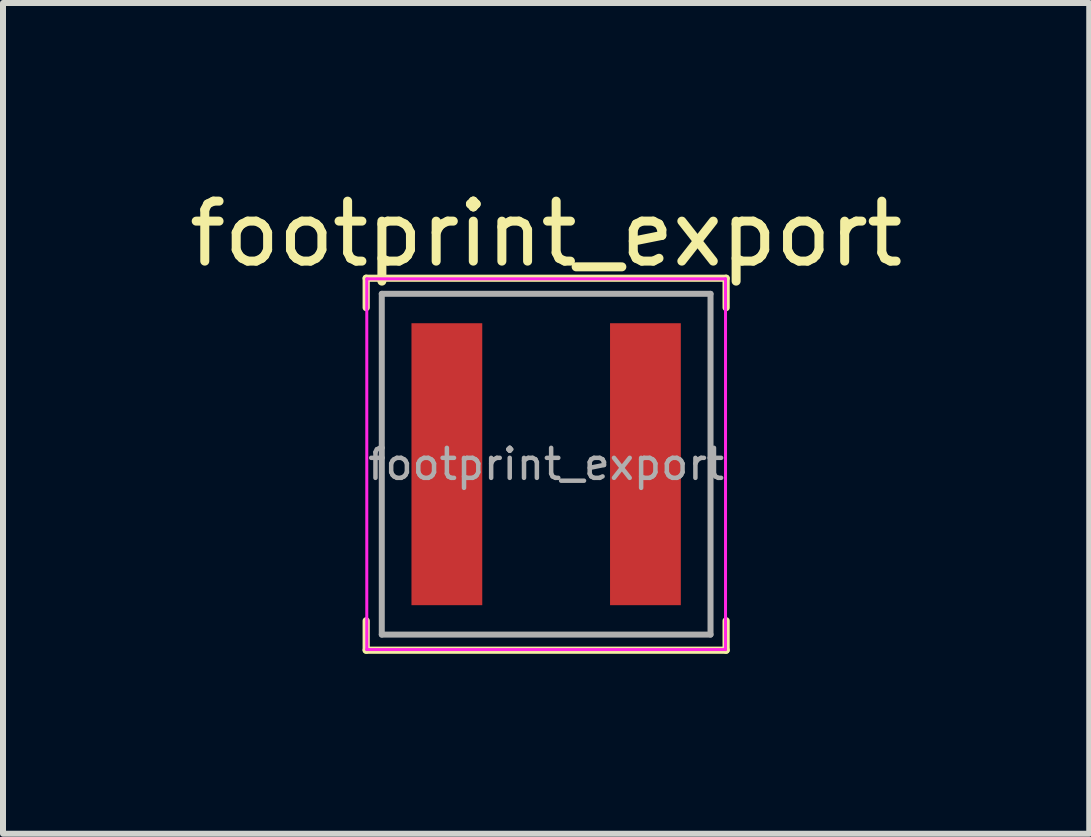
<source format=kicad_pcb>
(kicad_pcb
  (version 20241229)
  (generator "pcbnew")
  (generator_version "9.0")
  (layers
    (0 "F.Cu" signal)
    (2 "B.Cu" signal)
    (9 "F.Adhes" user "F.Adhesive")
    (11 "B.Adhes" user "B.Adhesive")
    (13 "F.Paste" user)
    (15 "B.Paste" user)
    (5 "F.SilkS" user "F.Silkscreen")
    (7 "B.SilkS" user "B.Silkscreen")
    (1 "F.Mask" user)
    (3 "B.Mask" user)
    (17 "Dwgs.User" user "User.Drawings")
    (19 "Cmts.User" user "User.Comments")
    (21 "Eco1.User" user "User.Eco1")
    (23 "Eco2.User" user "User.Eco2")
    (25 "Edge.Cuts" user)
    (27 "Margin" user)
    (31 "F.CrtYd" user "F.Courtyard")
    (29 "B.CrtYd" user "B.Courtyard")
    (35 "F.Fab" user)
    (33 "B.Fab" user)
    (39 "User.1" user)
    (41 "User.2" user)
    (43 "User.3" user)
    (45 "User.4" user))
  (footprint "footprint_export"
    (layer "F.Cu")
    (at 6.054 4.688)
    (property "Reference" "footprint_export" (at 0 -3.84 0) (layer "F.SilkS") (effects (font (size 1 1) (thickness 0.15))))
    (attr smd)
    (fp_line (start -3 -3.1) (end -3 -2.61) (stroke (width 0.12) (type solid)) (layer "F.SilkS"))
    (fp_line (start -3 -3.1) (end 3 -3.1) (stroke (width 0.12) (type solid)) (layer "F.SilkS"))
    (fp_line (start -3 3.1) (end -3 2.61) (stroke (width 0.12) (type solid)) (layer "F.SilkS"))
    (fp_line (start -3 3.1) (end 3 3.1) (stroke (width 0.12) (type solid)) (layer "F.SilkS"))
    (fp_line (start 3 -3.1) (end 3 -2.61) (stroke (width 0.12) (type solid)) (layer "F.SilkS"))
    (fp_line (start 3 3.1) (end 3 2.61) (stroke (width 0.12) (type solid)) (layer "F.SilkS"))
    (fp_line (start -2.99 -3.09) (end -2.99 3.09) (stroke (width 0.05) (type solid)) (layer "F.CrtYd"))
    (fp_line (start -2.99 3.09) (end 2.99 3.09) (stroke (width 0.05) (type solid)) (layer "F.CrtYd"))
    (fp_line (start 2.99 -3.09) (end -2.99 -3.09) (stroke (width 0.05) (type solid)) (layer "F.CrtYd"))
    (fp_line (start 2.99 3.09) (end 2.99 -3.09) (stroke (width 0.05) (type solid)) (layer "F.CrtYd"))
    (fp_line (start -2.74 -2.84) (end -2.74 2.84) (stroke (width 0.1) (type solid)) (layer "F.Fab"))
    (fp_line (start -2.74 2.84) (end 2.74 2.84) (stroke (width 0.1) (type solid)) (layer "F.Fab"))
    (fp_line (start 2.74 -2.84) (end -2.74 -2.84) (stroke (width 0.1) (type solid)) (layer "F.Fab"))
    (fp_line (start 2.74 2.84) (end 2.74 -2.84) (stroke (width 0.1) (type solid)) (layer "F.Fab"))
    (fp_text user "${REFERENCE}" (at 0 0 0) (layer "F.Fab") (effects (font (size 0.5 0.5) (thickness 0.075))))
    (pad "1" smd rect (at -1.655 0) (size 1.18 4.7) (layers "F.Cu" "F.Mask" "F.Paste"))
    (pad "2" smd rect (at 1.655 0) (size 1.18 4.7) (layers "F.Cu" "F.Mask" "F.Paste")))
  (gr_rect
    (start -3 -3)
    (end 15.107 10.848)
    (stroke (width 0.1) (type default))
    (fill no)
    (layer "Edge.Cuts")))
</source>
